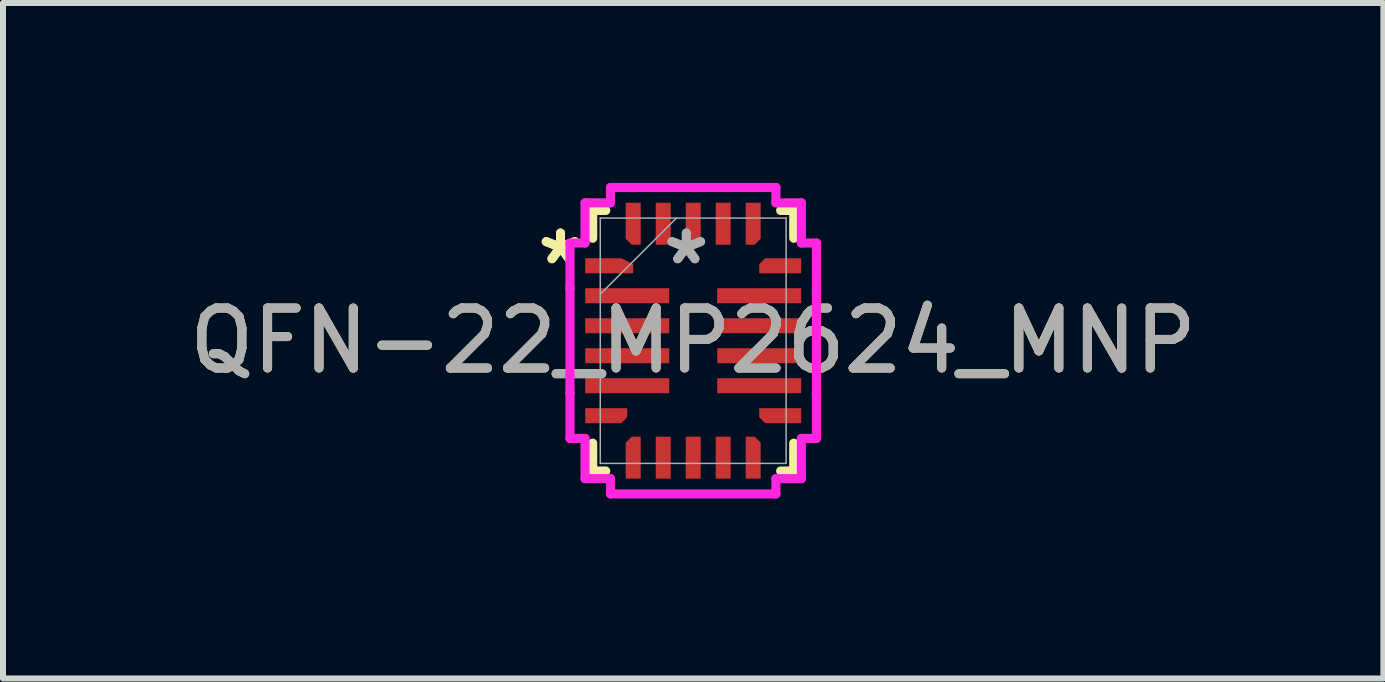
<source format=kicad_pcb>
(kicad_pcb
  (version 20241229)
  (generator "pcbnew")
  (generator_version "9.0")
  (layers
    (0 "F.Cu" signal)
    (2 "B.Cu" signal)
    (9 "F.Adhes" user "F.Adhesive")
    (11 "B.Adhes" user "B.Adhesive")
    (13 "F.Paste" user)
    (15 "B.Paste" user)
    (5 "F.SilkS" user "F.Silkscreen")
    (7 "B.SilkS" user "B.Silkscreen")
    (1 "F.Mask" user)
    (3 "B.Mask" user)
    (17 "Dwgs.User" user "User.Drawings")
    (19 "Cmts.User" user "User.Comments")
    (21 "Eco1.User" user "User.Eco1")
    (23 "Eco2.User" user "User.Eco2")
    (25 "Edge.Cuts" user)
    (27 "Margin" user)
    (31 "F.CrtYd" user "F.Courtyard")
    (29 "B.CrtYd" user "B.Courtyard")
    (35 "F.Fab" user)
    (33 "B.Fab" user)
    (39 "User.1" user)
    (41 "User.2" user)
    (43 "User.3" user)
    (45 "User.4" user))
  (footprint "QFN-22_MP2624_MNP"
    (layer "F.Cu")
    (at 8.506 2.63)
    (property "Reference" "QFN-22_MP2624_MNP" (at 0 0 0) (unlocked yes) (layer "F.SilkS") (effects (font (size 1 1) (thickness 0.15))))
    (attr smd)
    (fp_poly (pts (xy -1.8 -1.375) (xy -1.8 -1.125) (xy -1 -1.125) (xy -1 -1.275) (xy -1.2 -1.375)) (stroke (width 0) (type solid)) (fill yes) (layer "F.Cu"))
    (fp_poly (pts (xy -1.8 1.375) (xy -1.8 1.125) (xy -1.1 1.125) (xy -1.1 1.275) (xy -1.2 1.375)) (stroke (width 0) (type solid)) (fill yes) (layer "F.Cu"))
    (fp_poly (pts (xy -1.125 -2.3) (xy -0.875 -2.3) (xy -0.875 -1.6) (xy -1.025 -1.6) (xy -1.125 -1.7)) (stroke (width 0) (type solid)) (fill yes) (layer "F.Cu"))
    (fp_poly (pts (xy -1.125 2.3) (xy -0.875 2.3) (xy -0.875 1.6) (xy -1.025 1.6) (xy -1.125 1.7)) (stroke (width 0) (type solid)) (fill yes) (layer "F.Cu"))
    (fp_poly (pts (xy 1.125 -2.3) (xy 0.875 -2.3) (xy 0.875 -1.6) (xy 1.025 -1.6) (xy 1.125 -1.7)) (stroke (width 0) (type solid)) (fill yes) (layer "F.Cu"))
    (fp_poly (pts (xy 1.125 2.3) (xy 0.875 2.3) (xy 0.875 1.6) (xy 1.025 1.6) (xy 1.125 1.7)) (stroke (width 0) (type solid)) (fill yes) (layer "F.Cu"))
    (fp_poly (pts (xy 1.8 -1.375) (xy 1.8 -1.125) (xy 1.1 -1.125) (xy 1.1 -1.275) (xy 1.2 -1.375)) (stroke (width 0) (type solid)) (fill yes) (layer "F.Cu"))
    (fp_poly (pts (xy 1.8 1.375) (xy 1.8 1.125) (xy 1.1 1.125) (xy 1.1 1.275) (xy 1.2 1.375)) (stroke (width 0) (type solid)) (fill yes) (layer "F.Cu"))
    (fp_poly (pts (xy -1.8 -1.375) (xy -1.8 -1.125) (xy -1 -1.125) (xy -1 -1.275) (xy -1.2 -1.375)) (stroke (width 0) (type solid)) (fill yes) (layer "F.Mask"))
    (fp_poly (pts (xy -1.8 1.375) (xy -1.8 1.125) (xy -1.1 1.125) (xy -1.1 1.275) (xy -1.2 1.375)) (stroke (width 0) (type solid)) (fill yes) (layer "F.Mask"))
    (fp_poly (pts (xy -1.125 -2.3) (xy -0.875 -2.3) (xy -0.875 -1.6) (xy -1.025 -1.6) (xy -1.125 -1.7)) (stroke (width 0) (type solid)) (fill yes) (layer "F.Mask"))
    (fp_poly (pts (xy -1.125 2.3) (xy -0.875 2.3) (xy -0.875 1.6) (xy -1.025 1.6) (xy -1.125 1.7)) (stroke (width 0) (type solid)) (fill yes) (layer "F.Mask"))
    (fp_poly (pts (xy 1.125 -2.3) (xy 0.875 -2.3) (xy 0.875 -1.6) (xy 1.025 -1.6) (xy 1.125 -1.7)) (stroke (width 0) (type solid)) (fill yes) (layer "F.Mask"))
    (fp_poly (pts (xy 1.125 2.3) (xy 0.875 2.3) (xy 0.875 1.6) (xy 1.025 1.6) (xy 1.125 1.7)) (stroke (width 0) (type solid)) (fill yes) (layer "F.Mask"))
    (fp_poly (pts (xy 1.8 -1.375) (xy 1.8 -1.125) (xy 1.1 -1.125) (xy 1.1 -1.275) (xy 1.2 -1.375)) (stroke (width 0) (type solid)) (fill yes) (layer "F.Mask"))
    (fp_poly (pts (xy 1.8 1.375) (xy 1.8 1.125) (xy 1.1 1.125) (xy 1.1 1.275) (xy 1.2 1.375)) (stroke (width 0) (type solid)) (fill yes) (layer "F.Mask"))
    (fp_line (start -1.676 -2.172) (end -1.458 -2.172) (stroke (width 0.152) (type solid)) (layer "F.SilkS"))
    (fp_line (start -1.676 -1.708) (end -1.676 -2.172) (stroke (width 0.152) (type solid)) (layer "F.SilkS"))
    (fp_line (start -1.676 2.172) (end -1.676 1.708) (stroke (width 0.152) (type solid)) (layer "F.SilkS"))
    (fp_line (start -1.458 2.172) (end -1.676 2.172) (stroke (width 0.152) (type solid)) (layer "F.SilkS"))
    (fp_line (start 1.458 -2.172) (end 1.676 -2.172) (stroke (width 0.152) (type solid)) (layer "F.SilkS"))
    (fp_line (start 1.676 -2.172) (end 1.676 -1.708) (stroke (width 0.152) (type solid)) (layer "F.SilkS"))
    (fp_line (start 1.676 1.708) (end 1.676 2.172) (stroke (width 0.152) (type solid)) (layer "F.SilkS"))
    (fp_line (start 1.676 2.172) (end 1.458 2.172) (stroke (width 0.152) (type solid)) (layer "F.SilkS"))
    (fp_poly (pts (xy -1.8 -1.375) (xy -1.8 -1.125) (xy -1 -1.125) (xy -1 -1.275) (xy -1.2 -1.375)) (stroke (width 0) (type solid)) (fill yes) (layer "F.Paste"))
    (fp_poly (pts (xy -1.8 1.375) (xy -1.8 1.125) (xy -1.1 1.125) (xy -1.1 1.275) (xy -1.2 1.375)) (stroke (width 0) (type solid)) (fill yes) (layer "F.Paste"))
    (fp_poly (pts (xy -1.125 -2.3) (xy -0.875 -2.3) (xy -0.875 -1.6) (xy -1.025 -1.6) (xy -1.125 -1.7)) (stroke (width 0) (type solid)) (fill yes) (layer "F.Paste"))
    (fp_poly (pts (xy -1.125 2.3) (xy -0.875 2.3) (xy -0.875 1.6) (xy -1.025 1.6) (xy -1.125 1.7)) (stroke (width 0) (type solid)) (fill yes) (layer "F.Paste"))
    (fp_poly (pts (xy 1.125 -2.3) (xy 0.875 -2.3) (xy 0.875 -1.6) (xy 1.025 -1.6) (xy 1.125 -1.7)) (stroke (width 0) (type solid)) (fill yes) (layer "F.Paste"))
    (fp_poly (pts (xy 1.125 2.3) (xy 0.875 2.3) (xy 0.875 1.6) (xy 1.025 1.6) (xy 1.125 1.7)) (stroke (width 0) (type solid)) (fill yes) (layer "F.Paste"))
    (fp_poly (pts (xy 1.8 -1.375) (xy 1.8 -1.125) (xy 1.1 -1.125) (xy 1.1 -1.275) (xy 1.2 -1.375)) (stroke (width 0) (type solid)) (fill yes) (layer "F.Paste"))
    (fp_poly (pts (xy 1.8 1.375) (xy 1.8 1.125) (xy 1.1 1.125) (xy 1.1 1.275) (xy 1.2 1.375)) (stroke (width 0) (type solid)) (fill yes) (layer "F.Paste"))
    (fp_line (start -2.054 -1.629) (end -2.054 -0.871) (stroke (width 0.152) (type solid)) (layer "F.CrtYd"))
    (fp_line (start -2.054 -0.871) (end -2.054 -0.871) (stroke (width 0.152) (type solid)) (layer "F.CrtYd"))
    (fp_line (start -2.054 -0.871) (end -2.054 0.871) (stroke (width 0.152) (type solid)) (layer "F.CrtYd"))
    (fp_line (start -2.054 0.871) (end -2.054 0.871) (stroke (width 0.152) (type solid)) (layer "F.CrtYd"))
    (fp_line (start -2.054 0.871) (end -2.054 1.629) (stroke (width 0.152) (type solid)) (layer "F.CrtYd"))
    (fp_line (start -2.054 1.629) (end -1.803 1.629) (stroke (width 0.152) (type solid)) (layer "F.CrtYd"))
    (fp_line (start -1.803 -2.299) (end -1.803 -1.629) (stroke (width 0.152) (type solid)) (layer "F.CrtYd"))
    (fp_line (start -1.803 -1.629) (end -2.054 -1.629) (stroke (width 0.152) (type solid)) (layer "F.CrtYd"))
    (fp_line (start -1.803 1.629) (end -1.803 2.299) (stroke (width 0.152) (type solid)) (layer "F.CrtYd"))
    (fp_line (start -1.803 2.299) (end -1.379 2.299) (stroke (width 0.152) (type solid)) (layer "F.CrtYd"))
    (fp_line (start -1.379 -2.554) (end -1.379 -2.299) (stroke (width 0.152) (type solid)) (layer "F.CrtYd"))
    (fp_line (start -1.379 -2.299) (end -1.803 -2.299) (stroke (width 0.152) (type solid)) (layer "F.CrtYd"))
    (fp_line (start -1.379 2.299) (end -1.379 2.554) (stroke (width 0.152) (type solid)) (layer "F.CrtYd"))
    (fp_line (start -1.379 2.554) (end 1.379 2.554) (stroke (width 0.152) (type solid)) (layer "F.CrtYd"))
    (fp_line (start 1.379 -2.554) (end -1.379 -2.554) (stroke (width 0.152) (type solid)) (layer "F.CrtYd"))
    (fp_line (start 1.379 -2.299) (end 1.379 -2.554) (stroke (width 0.152) (type solid)) (layer "F.CrtYd"))
    (fp_line (start 1.379 2.299) (end 1.803 2.299) (stroke (width 0.152) (type solid)) (layer "F.CrtYd"))
    (fp_line (start 1.379 2.554) (end 1.379 2.299) (stroke (width 0.152) (type solid)) (layer "F.CrtYd"))
    (fp_line (start 1.803 -2.299) (end 1.379 -2.299) (stroke (width 0.152) (type solid)) (layer "F.CrtYd"))
    (fp_line (start 1.803 -1.629) (end 1.803 -2.299) (stroke (width 0.152) (type solid)) (layer "F.CrtYd"))
    (fp_line (start 1.803 1.629) (end 2.054 1.629) (stroke (width 0.152) (type solid)) (layer "F.CrtYd"))
    (fp_line (start 1.803 2.299) (end 1.803 1.629) (stroke (width 0.152) (type solid)) (layer "F.CrtYd"))
    (fp_line (start 2.054 -1.629) (end 1.803 -1.629) (stroke (width 0.152) (type solid)) (layer "F.CrtYd"))
    (fp_line (start 2.054 -0.871) (end 2.054 -1.629) (stroke (width 0.152) (type solid)) (layer "F.CrtYd"))
    (fp_line (start 2.054 -0.871) (end 2.054 -0.871) (stroke (width 0.152) (type solid)) (layer "F.CrtYd"))
    (fp_line (start 2.054 0.871) (end 2.054 -0.871) (stroke (width 0.152) (type solid)) (layer "F.CrtYd"))
    (fp_line (start 2.054 0.871) (end 2.054 0.871) (stroke (width 0.152) (type solid)) (layer "F.CrtYd"))
    (fp_line (start 2.054 1.629) (end 2.054 0.871) (stroke (width 0.152) (type solid)) (layer "F.CrtYd"))
    (fp_line (start -1.549 -2.045) (end -1.549 2.045) (stroke (width 0.025) (type solid)) (layer "F.Fab"))
    (fp_line (start -1.549 -0.775) (end -0.279 -2.045) (stroke (width 0.025) (type solid)) (layer "F.Fab"))
    (fp_line (start -1.549 2.045) (end 1.549 2.045) (stroke (width 0.025) (type solid)) (layer "F.Fab"))
    (fp_line (start 1.549 -2.045) (end -1.549 -2.045) (stroke (width 0.025) (type solid)) (layer "F.Fab"))
    (fp_line (start 1.549 2.045) (end 1.549 -2.045) (stroke (width 0.025) (type solid)) (layer "F.Fab"))
    (fp_text user "*" (at -2.212 -1.25 0) (unlocked yes) (layer "F.SilkS") (effects (font (size 1 1) (thickness 0.15))))
    (fp_text user "*" (at -2.212 -1.25 0) (layer "F.SilkS") (effects (font (size 1 1) (thickness 0.15))))
    (fp_text user "*" (at -0.115 -1.25 0) (layer "F.Fab") (effects (font (size 1 1) (thickness 0.15))))
    (fp_text user "${REFERENCE}" (at 0 0 0) (unlocked yes) (layer "F.Fab") (effects (font (size 1 1) (thickness 0.15))))
    (fp_text user "*" (at -0.115 -1.25 0) (unlocked yes) (layer "F.Fab") (effects (font (size 1 1) (thickness 0.15))))
    (pad "1" smd rect (at -1.4 -1.25) (size 0.127 0.127) (layers "F.Cu" "F.Mask" "F.Paste"))
    (pad "2" smd rect (at -1.1 -0.75) (size 1.4 0.25) (layers "F.Cu" "F.Mask" "F.Paste"))
    (pad "3" smd rect (at -1.1 -0.25) (size 1.4 0.25) (layers "F.Cu" "F.Mask" "F.Paste"))
    (pad "4" smd rect (at -1.1 0.25) (size 1.4 0.25) (layers "F.Cu" "F.Mask" "F.Paste"))
    (pad "5" smd rect (at -1.1 0.75) (size 1.4 0.25) (layers "F.Cu" "F.Mask" "F.Paste"))
    (pad "6" smd rect (at -1.45 1.25) (size 0.127 0.127) (layers "F.Cu" "F.Mask" "F.Paste"))
    (pad "7" smd rect (at -1 1.95 90) (size 0.127 0.127) (layers "F.Cu" "F.Mask" "F.Paste"))
    (pad "8" smd rect (at -0.5 1.95 90) (size 0.7 0.25) (layers "F.Cu" "F.Mask" "F.Paste"))
    (pad "9" smd rect (at 0 1.95 90) (size 0.7 0.25) (layers "F.Cu" "F.Mask" "F.Paste"))
    (pad "10" smd rect (at 0.5 1.95 90) (size 0.7 0.25) (layers "F.Cu" "F.Mask" "F.Paste"))
    (pad "11" smd rect (at 1 1.95 90) (size 0.127 0.127) (layers "F.Cu" "F.Mask" "F.Paste"))
    (pad "12" smd rect (at 1.45 1.25) (size 0.127 0.127) (layers "F.Cu" "F.Mask" "F.Paste"))
    (pad "13" smd rect (at 1.1 0.75) (size 1.4 0.25) (layers "F.Cu" "F.Mask" "F.Paste"))
    (pad "14" smd rect (at 1.1 0.25) (size 1.4 0.25) (layers "F.Cu" "F.Mask" "F.Paste"))
    (pad "15" smd rect (at 1.1 -0.25) (size 1.4 0.25) (layers "F.Cu" "F.Mask" "F.Paste"))
    (pad "16" smd rect (at 1.1 -0.75) (size 1.4 0.25) (layers "F.Cu" "F.Mask" "F.Paste"))
    (pad "17" smd rect (at 1.45 -1.25) (size 0.127 0.127) (layers "F.Cu" "F.Mask" "F.Paste"))
    (pad "18" smd rect (at 1 -1.95 90) (size 0.127 0.127) (layers "F.Cu" "F.Mask" "F.Paste"))
    (pad "19" smd rect (at 0.5 -1.95 90) (size 0.7 0.25) (layers "F.Cu" "F.Mask" "F.Paste"))
    (pad "20" smd rect (at 0 -1.95 90) (size 0.7 0.25) (layers "F.Cu" "F.Mask" "F.Paste"))
    (pad "21" smd rect (at -0.5 -1.95 90) (size 0.7 0.25) (layers "F.Cu" "F.Mask" "F.Paste"))
    (pad "22" smd rect (at -1 -1.95 90) (size 0.127 0.127) (layers "F.Cu" "F.Mask" "F.Paste")))
  (gr_rect
    (start -3 -3)
    (end 20.012 8.26)
    (stroke (width 0.1) (type default))
    (fill no)
    (layer "Edge.Cuts")))
</source>
